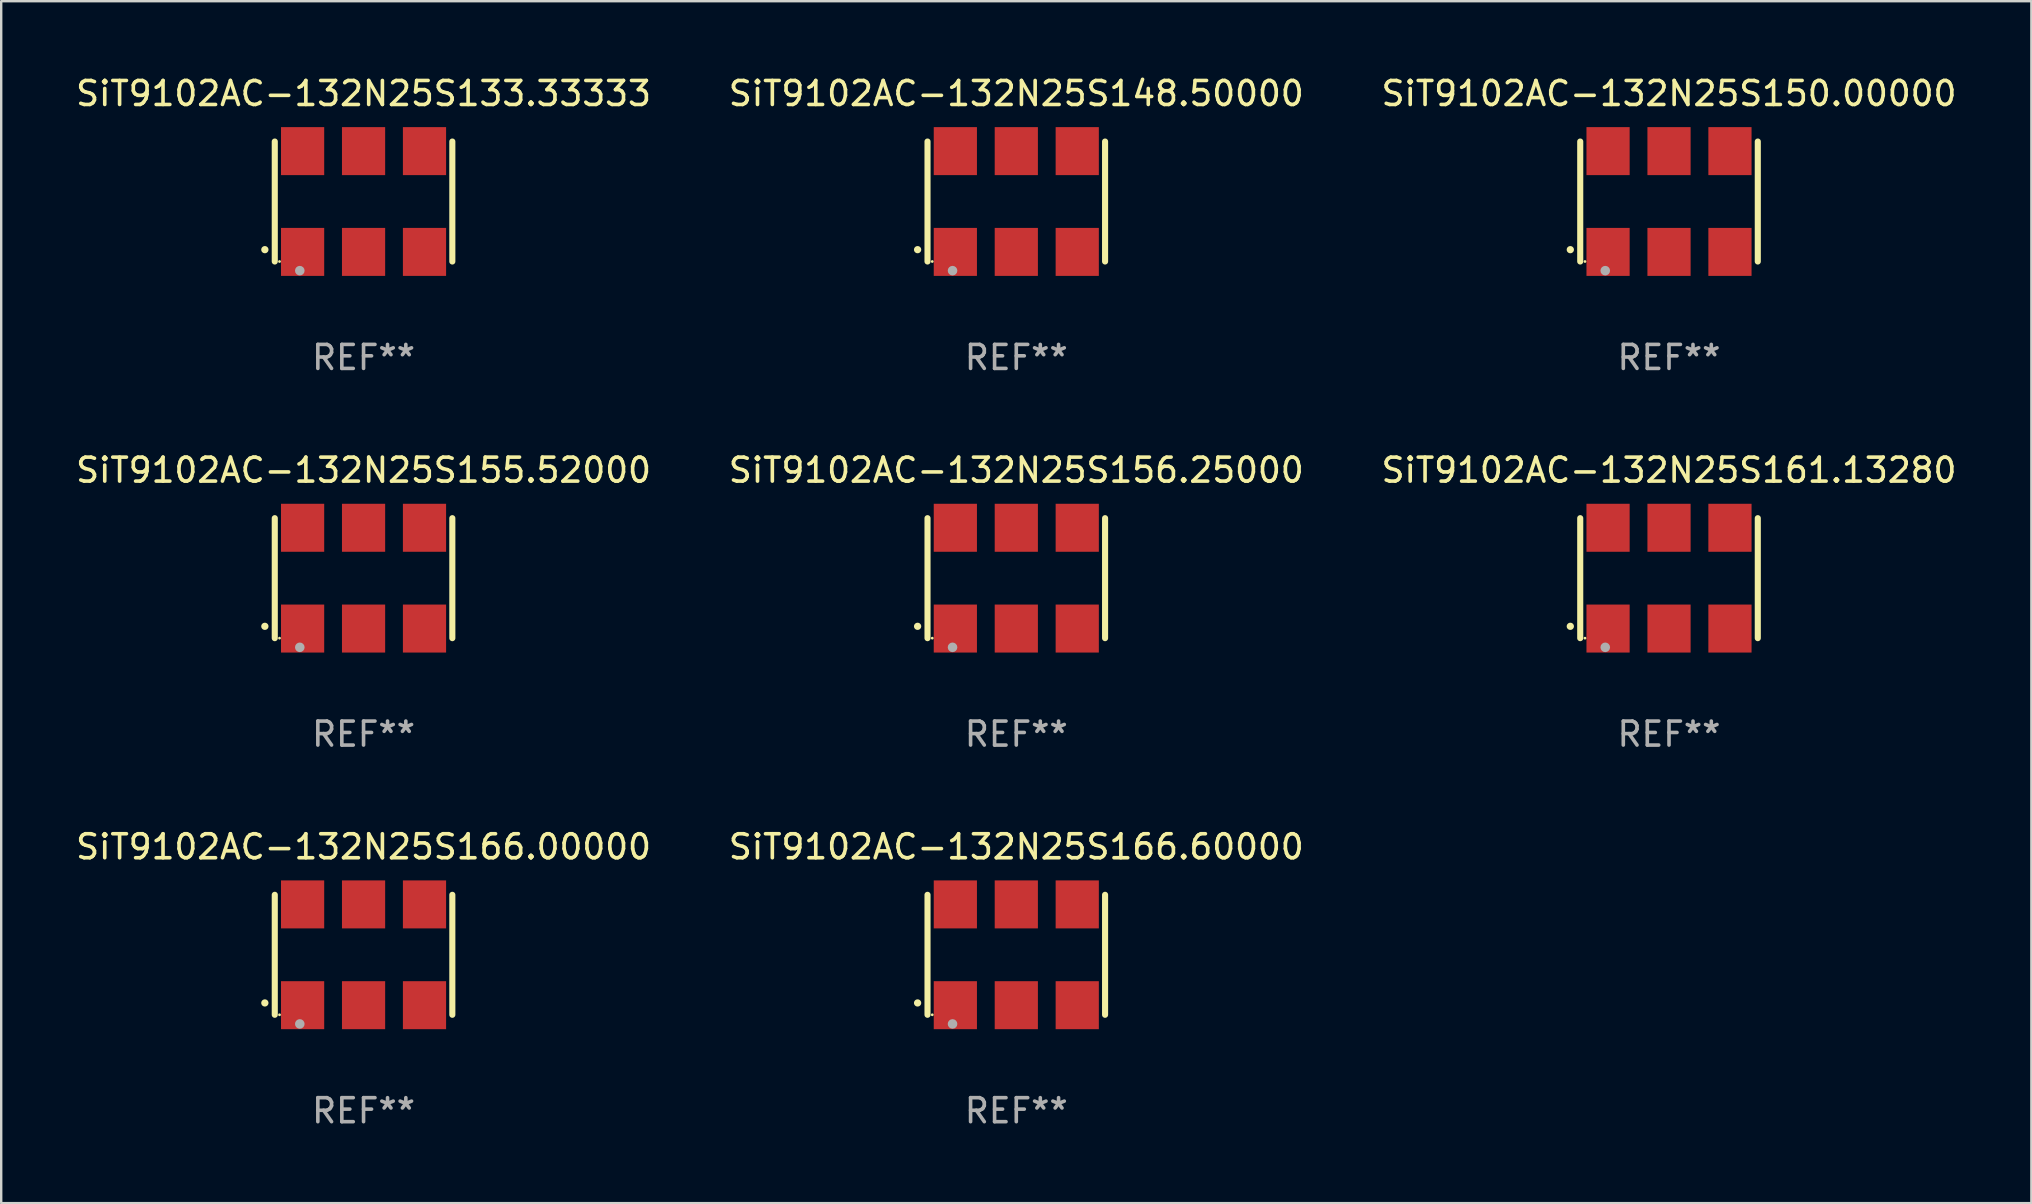
<source format=kicad_pcb>
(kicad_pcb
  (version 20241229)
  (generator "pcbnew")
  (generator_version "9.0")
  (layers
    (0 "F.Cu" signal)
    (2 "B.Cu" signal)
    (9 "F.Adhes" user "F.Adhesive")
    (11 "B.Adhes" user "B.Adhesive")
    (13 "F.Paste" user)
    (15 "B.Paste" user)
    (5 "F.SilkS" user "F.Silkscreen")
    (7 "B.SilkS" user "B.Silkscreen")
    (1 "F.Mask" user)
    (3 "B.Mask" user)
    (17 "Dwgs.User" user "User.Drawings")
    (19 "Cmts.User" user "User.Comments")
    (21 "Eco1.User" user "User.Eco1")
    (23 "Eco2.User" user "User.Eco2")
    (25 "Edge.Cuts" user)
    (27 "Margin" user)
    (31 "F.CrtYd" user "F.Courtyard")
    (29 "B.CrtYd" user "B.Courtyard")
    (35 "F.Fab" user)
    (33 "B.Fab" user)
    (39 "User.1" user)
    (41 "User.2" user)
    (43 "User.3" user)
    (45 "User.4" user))
  (footprint "SiT9102AC-132N25S161.13280"
    (layer "F.Cu")
    (at 66.506 21.045)
    (property "Reference" "SiT9102AC-132N25S161.13280" (at 0 -4.5 0) (layer "F.SilkS") (effects (font (size 1 1) (thickness 0.15))))
    (attr through_hole)
    (fp_line (start -3.7 -2.5) (end -3.7 2.5) (stroke (width 0.254) (type solid)) (layer "F.SilkS"))
    (fp_line (start 3.7 -2.5) (end 3.7 2.5) (stroke (width 0.254) (type solid)) (layer "F.SilkS"))
    (fp_arc (start -4.114415 2.006604) (mid -4.113145 2.006599) (end -4.111875 2.006604) (stroke (width 0.3) (type solid)) (layer "F.SilkS"))
    (fp_circle (center -3.502 2.5) (end -3.472 2.5) (stroke (width 0.06) (type solid)) (fill no) (layer "F.SilkS"))
    (fp_circle (center -2.657 2.882) (end -2.557 2.882) (stroke (width 0.2) (type solid)) (fill no) (layer "F.Fab"))
    (fp_text user "REF**" (at 0 6.5 0) (layer "F.Fab") (effects (font (size 1 1) (thickness 0.15))))
    (pad "1" smd rect (at -2.54 2.1) (size 1.8 2) (layers "F.Cu" "F.Mask" "F.Paste"))
    (pad "2" smd rect (at 0.000394 2.1) (size 1.8 2) (layers "F.Cu" "F.Mask" "F.Paste"))
    (pad "3" smd rect (at 2.54 2.1) (size 1.8 2) (layers "F.Cu" "F.Mask" "F.Paste"))
    (pad "4" smd rect (at 2.54 -2.1) (size 1.8 2) (layers "F.Cu" "F.Mask" "F.Paste"))
    (pad "5" smd rect (at 0.000394 -2.1) (size 1.8 2) (layers "F.Cu" "F.Mask" "F.Paste"))
    (pad "6" smd rect (at -2.54 -2.1) (size 1.8 2) (layers "F.Cu" "F.Mask" "F.Paste")))
  (footprint "SiT9102AC-132N25S148.50000"
    (layer "F.Cu")
    (at 39.304 5.348)
    (property "Reference" "SiT9102AC-132N25S148.50000" (at 0 -4.5 0) (layer "F.SilkS") (effects (font (size 1 1) (thickness 0.15))))
    (attr through_hole)
    (fp_line (start -3.7 -2.5) (end -3.7 2.5) (stroke (width 0.254) (type solid)) (layer "F.SilkS"))
    (fp_line (start 3.7 -2.5) (end 3.7 2.5) (stroke (width 0.254) (type solid)) (layer "F.SilkS"))
    (fp_arc (start -4.114415 2.006604) (mid -4.113145 2.006599) (end -4.111875 2.006604) (stroke (width 0.3) (type solid)) (layer "F.SilkS"))
    (fp_circle (center -3.502 2.5) (end -3.472 2.5) (stroke (width 0.06) (type solid)) (fill no) (layer "F.SilkS"))
    (fp_circle (center -2.657 2.882) (end -2.557 2.882) (stroke (width 0.2) (type solid)) (fill no) (layer "F.Fab"))
    (fp_text user "REF**" (at 0 6.5 0) (layer "F.Fab") (effects (font (size 1 1) (thickness 0.15))))
    (pad "1" smd rect (at -2.54 2.1) (size 1.8 2) (layers "F.Cu" "F.Mask" "F.Paste"))
    (pad "2" smd rect (at 0.000394 2.1) (size 1.8 2) (layers "F.Cu" "F.Mask" "F.Paste"))
    (pad "3" smd rect (at 2.54 2.1) (size 1.8 2) (layers "F.Cu" "F.Mask" "F.Paste"))
    (pad "4" smd rect (at 2.54 -2.1) (size 1.8 2) (layers "F.Cu" "F.Mask" "F.Paste"))
    (pad "5" smd rect (at 0.000394 -2.1) (size 1.8 2) (layers "F.Cu" "F.Mask" "F.Paste"))
    (pad "6" smd rect (at -2.54 -2.1) (size 1.8 2) (layers "F.Cu" "F.Mask" "F.Paste")))
  (footprint "SiT9102AC-132N25S155.52000"
    (layer "F.Cu")
    (at 12.101 21.045)
    (property "Reference" "SiT9102AC-132N25S155.52000" (at 0 -4.5 0) (layer "F.SilkS") (effects (font (size 1 1) (thickness 0.15))))
    (attr through_hole)
    (fp_line (start -3.7 -2.5) (end -3.7 2.5) (stroke (width 0.254) (type solid)) (layer "F.SilkS"))
    (fp_line (start 3.7 -2.5) (end 3.7 2.5) (stroke (width 0.254) (type solid)) (layer "F.SilkS"))
    (fp_arc (start -4.114415 2.006604) (mid -4.113145 2.006599) (end -4.111875 2.006604) (stroke (width 0.3) (type solid)) (layer "F.SilkS"))
    (fp_circle (center -3.502 2.5) (end -3.472 2.5) (stroke (width 0.06) (type solid)) (fill no) (layer "F.SilkS"))
    (fp_circle (center -2.657 2.882) (end -2.557 2.882) (stroke (width 0.2) (type solid)) (fill no) (layer "F.Fab"))
    (fp_text user "REF**" (at 0 6.5 0) (layer "F.Fab") (effects (font (size 1 1) (thickness 0.15))))
    (pad "1" smd rect (at -2.54 2.1) (size 1.8 2) (layers "F.Cu" "F.Mask" "F.Paste"))
    (pad "2" smd rect (at 0.000394 2.1) (size 1.8 2) (layers "F.Cu" "F.Mask" "F.Paste"))
    (pad "3" smd rect (at 2.54 2.1) (size 1.8 2) (layers "F.Cu" "F.Mask" "F.Paste"))
    (pad "4" smd rect (at 2.54 -2.1) (size 1.8 2) (layers "F.Cu" "F.Mask" "F.Paste"))
    (pad "5" smd rect (at 0.000394 -2.1) (size 1.8 2) (layers "F.Cu" "F.Mask" "F.Paste"))
    (pad "6" smd rect (at -2.54 -2.1) (size 1.8 2) (layers "F.Cu" "F.Mask" "F.Paste")))
  (footprint "SiT9102AC-132N25S166.60000"
    (layer "F.Cu")
    (at 39.304 36.741)
    (property "Reference" "SiT9102AC-132N25S166.60000" (at 0 -4.5 0) (layer "F.SilkS") (effects (font (size 1 1) (thickness 0.15))))
    (attr through_hole)
    (fp_line (start -3.7 -2.5) (end -3.7 2.5) (stroke (width 0.254) (type solid)) (layer "F.SilkS"))
    (fp_line (start 3.7 -2.5) (end 3.7 2.5) (stroke (width 0.254) (type solid)) (layer "F.SilkS"))
    (fp_arc (start -4.114415 2.006604) (mid -4.113145 2.006599) (end -4.111875 2.006604) (stroke (width 0.3) (type solid)) (layer "F.SilkS"))
    (fp_circle (center -3.502 2.5) (end -3.472 2.5) (stroke (width 0.06) (type solid)) (fill no) (layer "F.SilkS"))
    (fp_circle (center -2.657 2.882) (end -2.557 2.882) (stroke (width 0.2) (type solid)) (fill no) (layer "F.Fab"))
    (fp_text user "REF**" (at 0 6.5 0) (layer "F.Fab") (effects (font (size 1 1) (thickness 0.15))))
    (pad "1" smd rect (at -2.54 2.1) (size 1.8 2) (layers "F.Cu" "F.Mask" "F.Paste"))
    (pad "2" smd rect (at 0.000394 2.1) (size 1.8 2) (layers "F.Cu" "F.Mask" "F.Paste"))
    (pad "3" smd rect (at 2.54 2.1) (size 1.8 2) (layers "F.Cu" "F.Mask" "F.Paste"))
    (pad "4" smd rect (at 2.54 -2.1) (size 1.8 2) (layers "F.Cu" "F.Mask" "F.Paste"))
    (pad "5" smd rect (at 0.000394 -2.1) (size 1.8 2) (layers "F.Cu" "F.Mask" "F.Paste"))
    (pad "6" smd rect (at -2.54 -2.1) (size 1.8 2) (layers "F.Cu" "F.Mask" "F.Paste")))
  (footprint "SiT9102AC-132N25S166.00000"
    (layer "F.Cu")
    (at 12.101 36.741)
    (property "Reference" "SiT9102AC-132N25S166.00000" (at 0 -4.5 0) (layer "F.SilkS") (effects (font (size 1 1) (thickness 0.15))))
    (attr through_hole)
    (fp_line (start -3.7 -2.5) (end -3.7 2.5) (stroke (width 0.254) (type solid)) (layer "F.SilkS"))
    (fp_line (start 3.7 -2.5) (end 3.7 2.5) (stroke (width 0.254) (type solid)) (layer "F.SilkS"))
    (fp_arc (start -4.114415 2.006604) (mid -4.113145 2.006599) (end -4.111875 2.006604) (stroke (width 0.3) (type solid)) (layer "F.SilkS"))
    (fp_circle (center -3.502 2.5) (end -3.472 2.5) (stroke (width 0.06) (type solid)) (fill no) (layer "F.SilkS"))
    (fp_circle (center -2.657 2.882) (end -2.557 2.882) (stroke (width 0.2) (type solid)) (fill no) (layer "F.Fab"))
    (fp_text user "REF**" (at 0 6.5 0) (layer "F.Fab") (effects (font (size 1 1) (thickness 0.15))))
    (pad "1" smd rect (at -2.54 2.1) (size 1.8 2) (layers "F.Cu" "F.Mask" "F.Paste"))
    (pad "2" smd rect (at 0.000394 2.1) (size 1.8 2) (layers "F.Cu" "F.Mask" "F.Paste"))
    (pad "3" smd rect (at 2.54 2.1) (size 1.8 2) (layers "F.Cu" "F.Mask" "F.Paste"))
    (pad "4" smd rect (at 2.54 -2.1) (size 1.8 2) (layers "F.Cu" "F.Mask" "F.Paste"))
    (pad "5" smd rect (at 0.000394 -2.1) (size 1.8 2) (layers "F.Cu" "F.Mask" "F.Paste"))
    (pad "6" smd rect (at -2.54 -2.1) (size 1.8 2) (layers "F.Cu" "F.Mask" "F.Paste")))
  (footprint "SiT9102AC-132N25S133.33333"
    (layer "F.Cu")
    (at 12.101 5.348)
    (property "Reference" "SiT9102AC-132N25S133.33333" (at 0 -4.5 0) (layer "F.SilkS") (effects (font (size 1 1) (thickness 0.15))))
    (attr through_hole)
    (fp_line (start -3.7 -2.5) (end -3.7 2.5) (stroke (width 0.254) (type solid)) (layer "F.SilkS"))
    (fp_line (start 3.7 -2.5) (end 3.7 2.5) (stroke (width 0.254) (type solid)) (layer "F.SilkS"))
    (fp_arc (start -4.114415 2.006604) (mid -4.113145 2.006599) (end -4.111875 2.006604) (stroke (width 0.3) (type solid)) (layer "F.SilkS"))
    (fp_circle (center -3.502 2.5) (end -3.472 2.5) (stroke (width 0.06) (type solid)) (fill no) (layer "F.SilkS"))
    (fp_circle (center -2.657 2.882) (end -2.557 2.882) (stroke (width 0.2) (type solid)) (fill no) (layer "F.Fab"))
    (fp_text user "REF**" (at 0 6.5 0) (layer "F.Fab") (effects (font (size 1 1) (thickness 0.15))))
    (pad "1" smd rect (at -2.54 2.1) (size 1.8 2) (layers "F.Cu" "F.Mask" "F.Paste"))
    (pad "2" smd rect (at 0.000394 2.1) (size 1.8 2) (layers "F.Cu" "F.Mask" "F.Paste"))
    (pad "3" smd rect (at 2.54 2.1) (size 1.8 2) (layers "F.Cu" "F.Mask" "F.Paste"))
    (pad "4" smd rect (at 2.54 -2.1) (size 1.8 2) (layers "F.Cu" "F.Mask" "F.Paste"))
    (pad "5" smd rect (at 0.000394 -2.1) (size 1.8 2) (layers "F.Cu" "F.Mask" "F.Paste"))
    (pad "6" smd rect (at -2.54 -2.1) (size 1.8 2) (layers "F.Cu" "F.Mask" "F.Paste")))
  (footprint "SiT9102AC-132N25S150.00000"
    (layer "F.Cu")
    (at 66.506 5.348)
    (property "Reference" "SiT9102AC-132N25S150.00000" (at 0 -4.5 0) (layer "F.SilkS") (effects (font (size 1 1) (thickness 0.15))))
    (attr through_hole)
    (fp_line (start -3.7 -2.5) (end -3.7 2.5) (stroke (width 0.254) (type solid)) (layer "F.SilkS"))
    (fp_line (start 3.7 -2.5) (end 3.7 2.5) (stroke (width 0.254) (type solid)) (layer "F.SilkS"))
    (fp_arc (start -4.114415 2.006604) (mid -4.113145 2.006599) (end -4.111875 2.006604) (stroke (width 0.3) (type solid)) (layer "F.SilkS"))
    (fp_circle (center -3.502 2.5) (end -3.472 2.5) (stroke (width 0.06) (type solid)) (fill no) (layer "F.SilkS"))
    (fp_circle (center -2.657 2.882) (end -2.557 2.882) (stroke (width 0.2) (type solid)) (fill no) (layer "F.Fab"))
    (fp_text user "REF**" (at 0 6.5 0) (layer "F.Fab") (effects (font (size 1 1) (thickness 0.15))))
    (pad "1" smd rect (at -2.54 2.1) (size 1.8 2) (layers "F.Cu" "F.Mask" "F.Paste"))
    (pad "2" smd rect (at 0.000394 2.1) (size 1.8 2) (layers "F.Cu" "F.Mask" "F.Paste"))
    (pad "3" smd rect (at 2.54 2.1) (size 1.8 2) (layers "F.Cu" "F.Mask" "F.Paste"))
    (pad "4" smd rect (at 2.54 -2.1) (size 1.8 2) (layers "F.Cu" "F.Mask" "F.Paste"))
    (pad "5" smd rect (at 0.000394 -2.1) (size 1.8 2) (layers "F.Cu" "F.Mask" "F.Paste"))
    (pad "6" smd rect (at -2.54 -2.1) (size 1.8 2) (layers "F.Cu" "F.Mask" "F.Paste")))
  (footprint "SiT9102AC-132N25S156.25000"
    (layer "F.Cu")
    (at 39.304 21.045)
    (property "Reference" "SiT9102AC-132N25S156.25000" (at 0 -4.5 0) (layer "F.SilkS") (effects (font (size 1 1) (thickness 0.15))))
    (attr through_hole)
    (fp_line (start -3.7 -2.5) (end -3.7 2.5) (stroke (width 0.254) (type solid)) (layer "F.SilkS"))
    (fp_line (start 3.7 -2.5) (end 3.7 2.5) (stroke (width 0.254) (type solid)) (layer "F.SilkS"))
    (fp_arc (start -4.114415 2.006604) (mid -4.113145 2.006599) (end -4.111875 2.006604) (stroke (width 0.3) (type solid)) (layer "F.SilkS"))
    (fp_circle (center -3.502 2.5) (end -3.472 2.5) (stroke (width 0.06) (type solid)) (fill no) (layer "F.SilkS"))
    (fp_circle (center -2.657 2.882) (end -2.557 2.882) (stroke (width 0.2) (type solid)) (fill no) (layer "F.Fab"))
    (fp_text user "REF**" (at 0 6.5 0) (layer "F.Fab") (effects (font (size 1 1) (thickness 0.15))))
    (pad "1" smd rect (at -2.54 2.1) (size 1.8 2) (layers "F.Cu" "F.Mask" "F.Paste"))
    (pad "2" smd rect (at 0.000394 2.1) (size 1.8 2) (layers "F.Cu" "F.Mask" "F.Paste"))
    (pad "3" smd rect (at 2.54 2.1) (size 1.8 2) (layers "F.Cu" "F.Mask" "F.Paste"))
    (pad "4" smd rect (at 2.54 -2.1) (size 1.8 2) (layers "F.Cu" "F.Mask" "F.Paste"))
    (pad "5" smd rect (at 0.000394 -2.1) (size 1.8 2) (layers "F.Cu" "F.Mask" "F.Paste"))
    (pad "6" smd rect (at -2.54 -2.1) (size 1.8 2) (layers "F.Cu" "F.Mask" "F.Paste")))
  (gr_rect
    (start -3 -3)
    (end 81.607 47.09)
    (stroke (width 0.1) (type default))
    (fill no)
    (layer "Edge.Cuts")))
</source>
